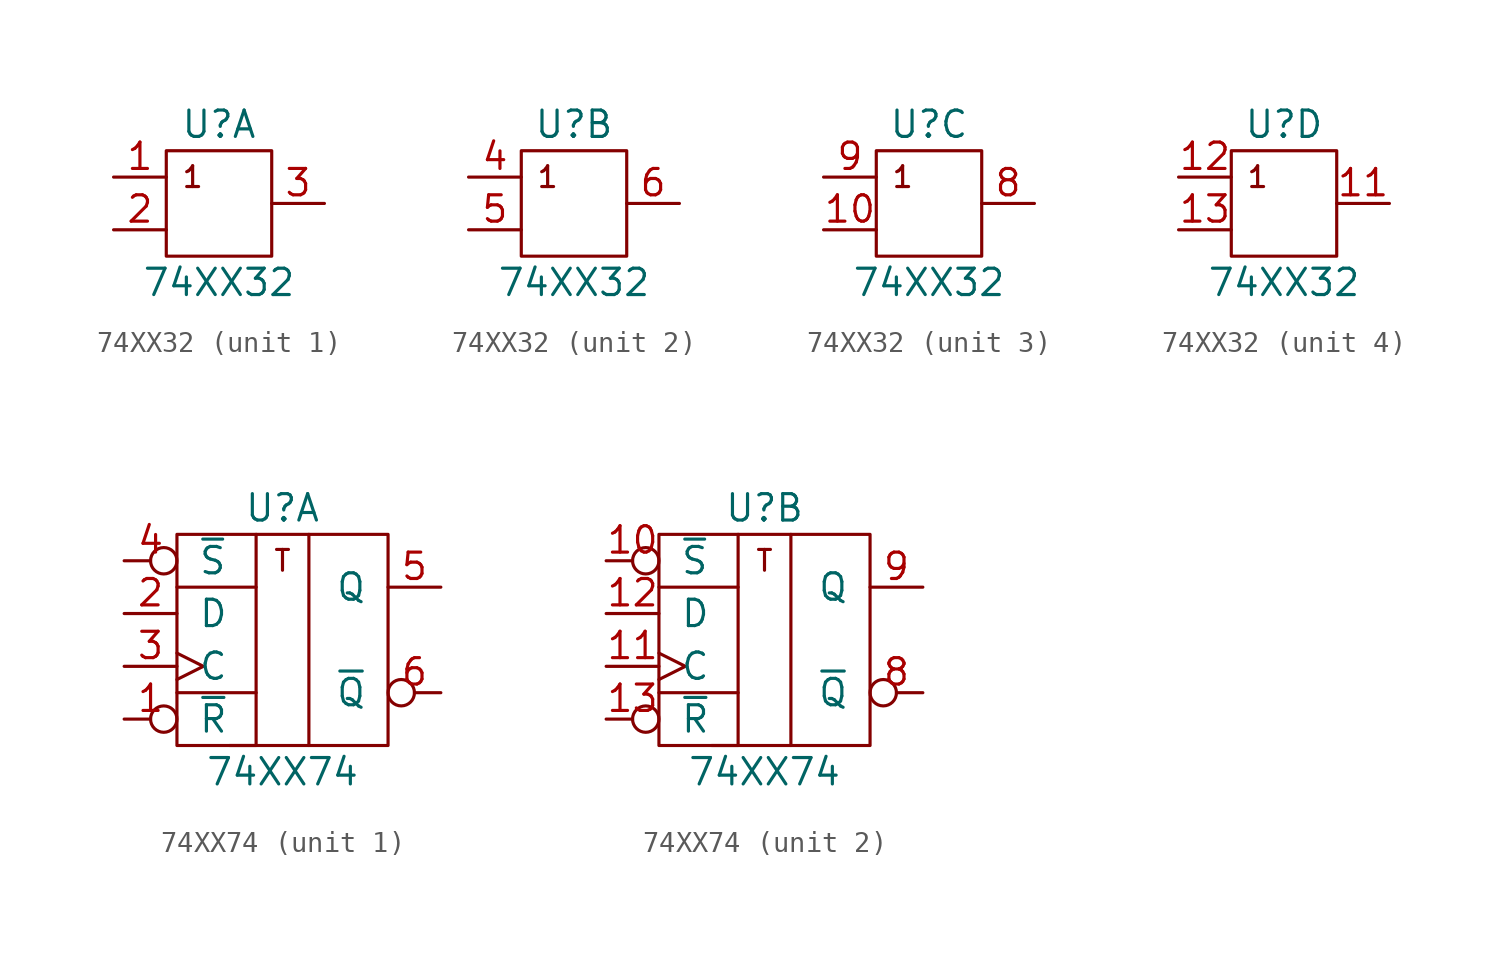
<source format=kicad_sym>
(kicad_symbol_lib
  (version 20211014)
  (generator kicad_symbol_editor)
  (symbol "74XX32"
    (pin_names
      (offset 1.016) hide)
    (property "Reference" "U"
      (at 0 3.81 0)
      (effects (font (size 1.27 1.27))))
    (property "Value" "74XX32"
      (at 0 -3.81 0)
      (effects (font (size 1.27 1.27))))
    (symbol "74XX32_0_0"
      (text "1" (at -1.27 1.27 0) (effects (font (size 1 1)))))
    (symbol "74XX32_0_1"
      (rectangle (start -2.54 -2.54) (end 2.54 2.54) (stroke (width 0) (type default) (color 0 0 0 0)) (fill (type none)))
      (pin power_in line (at 2.54 2.54 180) (length 0) hide (name "VCC" (effects (font (size 1.27 1.27)))) (number "14" (effects (font (size 1.27 1.27)))))
      (pin power_in line (at 2.54 -2.54 180) (length 0) hide (name "GND" (effects (font (size 1.27 1.27)))) (number "7" (effects (font (size 1.27 1.27))))))
    (symbol "74XX32_1_1"
      (pin input line (at -5.08 1.27 0) (length 2.54) (name "A" (effects (font (size 1.27 1.27)))) (number "1" (effects (font (size 1.27 1.27)))))
      (pin input line (at -5.08 -1.27 0) (length 2.54) (name "B" (effects (font (size 1.27 1.27)))) (number "2" (effects (font (size 1.27 1.27)))))
      (pin output line (at 5.08 0 180) (length 2.54) (name "Y" (effects (font (size 1.27 1.27)))) (number "3" (effects (font (size 1.27 1.27))))))
    (symbol "74XX32_2_1"
      (pin input line (at -5.08 1.27 0) (length 2.54) (name "A" (effects (font (size 1.27 1.27)))) (number "4" (effects (font (size 1.27 1.27)))))
      (pin input line (at -5.08 -1.27 0) (length 2.54) (name "B" (effects (font (size 1.27 1.27)))) (number "5" (effects (font (size 1.27 1.27)))))
      (pin output line (at 5.08 0 180) (length 2.54) (name "Y" (effects (font (size 1.27 1.27)))) (number "6" (effects (font (size 1.27 1.27))))))
    (symbol "74XX32_3_1"
      (pin input line (at -5.08 -1.27 0) (length 2.54) (name "B" (effects (font (size 1.27 1.27)))) (number "10" (effects (font (size 1.27 1.27)))))
      (pin output line (at 5.08 0 180) (length 2.54) (name "Y" (effects (font (size 1.27 1.27)))) (number "8" (effects (font (size 1.27 1.27)))))
      (pin input line (at -5.08 1.27 0) (length 2.54) (name "A" (effects (font (size 1.27 1.27)))) (number "9" (effects (font (size 1.27 1.27))))))
    (symbol "74XX32_4_1"
      (pin output line (at 5.08 0 180) (length 2.54) (name "Y" (effects (font (size 1.27 1.27)))) (number "11" (effects (font (size 1.27 1.27)))))
      (pin input line (at -5.08 1.27 0) (length 2.54) (name "A" (effects (font (size 1.27 1.27)))) (number "12" (effects (font (size 1.27 1.27)))))
      (pin input line (at -5.08 -1.27 0) (length 2.54) (name "B" (effects (font (size 1.27 1.27)))) (number "13" (effects (font (size 1.27 1.27)))))))
  (symbol "74XX74"
    (pin_names
      (offset 1.016))
    (property "Reference" "U"
      (at 0 6.35 0)
      (effects (font (size 1.27 1.27))))
    (property "Value" "74XX74"
      (at 0 -6.35 0)
      (effects (font (size 1.27 1.27))))
    (symbol "74XX74_0_0"
      (rectangle (start -5.08 5.08) (end 5.08 -5.08) (stroke (width 0) (type default) (color 0 0 0 0)) (fill (type none)))
      (polyline (pts (xy -5.08 -2.54) (xy -1.27 -2.54)) (stroke (width 0) (type default) (color 0 0 0 0)) (fill (type none)))
      (polyline (pts (xy -5.08 2.54) (xy -1.27 2.54)) (stroke (width 0) (type default) (color 0 0 0 0)) (fill (type none)))
      (polyline (pts (xy 1.27 5.08) (xy 1.27 -5.08)) (stroke (width 0) (type default) (color 0 0 0 0)) (fill (type none)))
      (polyline (pts (xy -2.54 -5.08) (xy -1.27 -5.08) (xy -1.27 5.08)) (stroke (width 0) (type default) (color 0 0 0 0)) (fill (type none)))
      (text "T" (at 0 3.81 0) (effects (font (size 1 1)))))
    (symbol "74XX74_0_1"
      (pin power_in line (at 5.08 5.08 180) (length 0) hide (name "VCC" (effects (font (size 1.27 1.27)))) (number "14" (effects (font (size 1.27 1.27)))))
      (pin power_in line (at 5.08 -5.08 180) (length 0) hide (name "GND" (effects (font (size 1.27 1.27)))) (number "7" (effects (font (size 1.27 1.27))))))
    (symbol "74XX74_1_1"
      (pin input inverted (at -7.62 -3.81 0) (length 2.54) (name "~{R}" (effects (font (size 1.27 1.27)))) (number "1" (effects (font (size 1.27 1.27)))))
      (pin input line (at -7.62 1.27 0) (length 2.54) (name "D" (effects (font (size 1.27 1.27)))) (number "2" (effects (font (size 1.27 1.27)))))
      (pin input clock (at -7.62 -1.27 0) (length 2.54) (name "C" (effects (font (size 1.27 1.27)))) (number "3" (effects (font (size 1.27 1.27)))))
      (pin input inverted (at -7.62 3.81 0) (length 2.54) (name "~{S}" (effects (font (size 1.27 1.27)))) (number "4" (effects (font (size 1.27 1.27)))))
      (pin output line (at 7.62 2.54 180) (length 2.54) (name "Q" (effects (font (size 1.27 1.27)))) (number "5" (effects (font (size 1.27 1.27)))))
      (pin output inverted (at 7.62 -2.54 180) (length 2.54) (name "~{Q}" (effects (font (size 1.27 1.27)))) (number "6" (effects (font (size 1.27 1.27))))))
    (symbol "74XX74_2_1"
      (pin input inverted (at -7.62 3.81 0) (length 2.54) (name "~{S}" (effects (font (size 1.27 1.27)))) (number "10" (effects (font (size 1.27 1.27)))))
      (pin input clock (at -7.62 -1.27 0) (length 2.54) (name "C" (effects (font (size 1.27 1.27)))) (number "11" (effects (font (size 1.27 1.27)))))
      (pin input line (at -7.62 1.27 0) (length 2.54) (name "D" (effects (font (size 1.27 1.27)))) (number "12" (effects (font (size 1.27 1.27)))))
      (pin input inverted (at -7.62 -3.81 0) (length 2.54) (name "~{R}" (effects (font (size 1.27 1.27)))) (number "13" (effects (font (size 1.27 1.27)))))
      (pin output inverted (at 7.62 -2.54 180) (length 2.54) (name "~{Q}" (effects (font (size 1.27 1.27)))) (number "8" (effects (font (size 1.27 1.27)))))
      (pin output line (at 7.62 2.54 180) (length 2.54) (name "Q" (effects (font (size 1.27 1.27)))) (number "9" (effects (font (size 1.27 1.27))))))))
</source>
